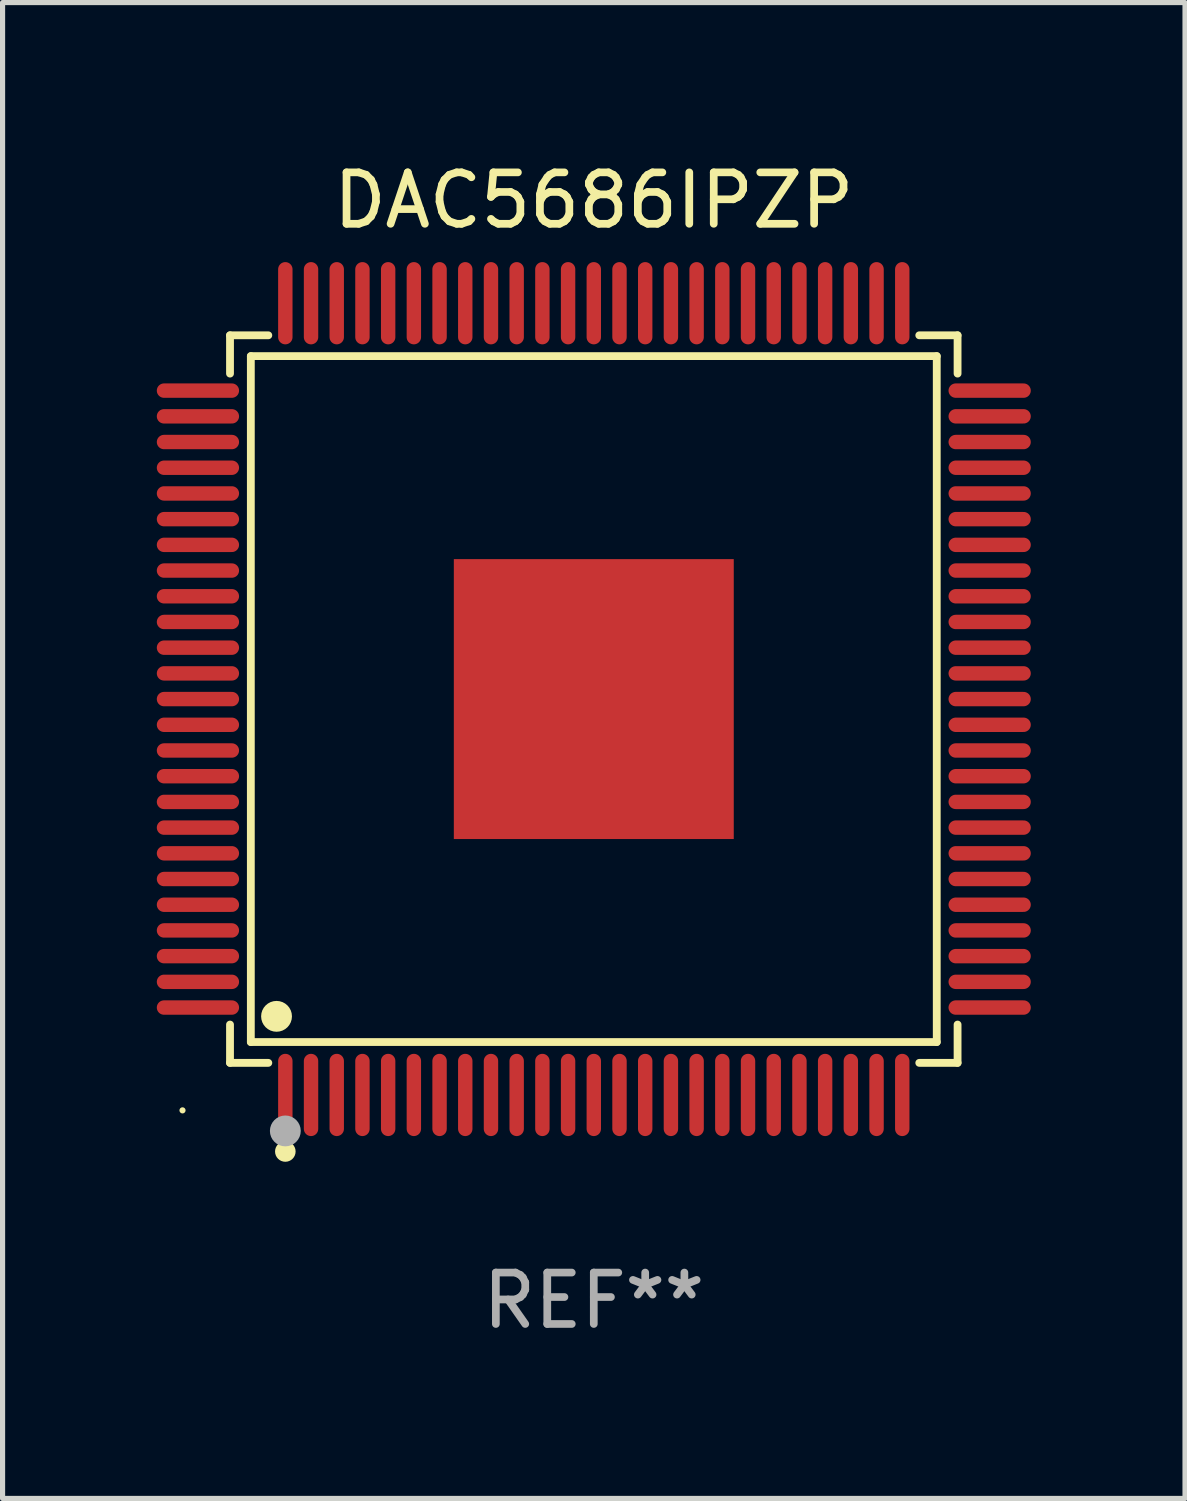
<source format=kicad_pcb>
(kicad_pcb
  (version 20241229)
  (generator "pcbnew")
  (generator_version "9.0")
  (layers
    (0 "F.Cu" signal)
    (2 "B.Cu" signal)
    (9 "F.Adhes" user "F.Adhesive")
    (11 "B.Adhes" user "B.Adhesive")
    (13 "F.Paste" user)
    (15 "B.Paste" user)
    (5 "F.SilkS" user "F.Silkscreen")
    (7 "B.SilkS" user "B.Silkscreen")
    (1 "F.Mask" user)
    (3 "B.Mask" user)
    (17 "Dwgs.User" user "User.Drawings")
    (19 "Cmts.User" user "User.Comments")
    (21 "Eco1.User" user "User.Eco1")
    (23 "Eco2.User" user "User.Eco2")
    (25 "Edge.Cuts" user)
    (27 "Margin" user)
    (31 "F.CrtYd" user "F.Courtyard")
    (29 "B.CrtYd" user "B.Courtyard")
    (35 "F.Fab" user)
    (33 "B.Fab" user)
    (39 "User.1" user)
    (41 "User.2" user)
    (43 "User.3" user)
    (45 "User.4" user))
  (footprint "DAC5686IPZP"
    (layer "F.Cu")
    (at 8.5 10.548)
    (property "Reference" "DAC5686IPZP" (at 0 -9.7 0) (layer "F.SilkS") (effects (font (size 1 1) (thickness 0.15))))
    (attr through_hole)
    (fp_line (start -7.076 -7.076) (end -6.331 -7.076) (stroke (width 0.152) (type solid)) (layer "F.SilkS"))
    (fp_line (start -7.076 -6.331) (end -7.076 -7.076) (stroke (width 0.152) (type solid)) (layer "F.SilkS"))
    (fp_line (start -7.076 6.331) (end -7.076 7.076) (stroke (width 0.152) (type solid)) (layer "F.SilkS"))
    (fp_line (start -7.076 7.076) (end -6.331 7.076) (stroke (width 0.152) (type solid)) (layer "F.SilkS"))
    (fp_line (start -6.671 -6.671) (end 6.671 -6.671) (stroke (width 0.152) (type solid)) (layer "F.SilkS"))
    (fp_line (start -6.671 6.671) (end -6.671 -6.671) (stroke (width 0.152) (type solid)) (layer "F.SilkS"))
    (fp_line (start 6.671 -6.671) (end 6.671 6.671) (stroke (width 0.152) (type solid)) (layer "F.SilkS"))
    (fp_line (start 6.671 6.671) (end -6.671 6.671) (stroke (width 0.152) (type solid)) (layer "F.SilkS"))
    (fp_line (start 7.076 -7.076) (end 6.331 -7.076) (stroke (width 0.152) (type solid)) (layer "F.SilkS"))
    (fp_line (start 7.076 -6.331) (end 7.076 -7.076) (stroke (width 0.152) (type solid)) (layer "F.SilkS"))
    (fp_line (start 7.076 6.331) (end 7.076 7.076) (stroke (width 0.152) (type solid)) (layer "F.SilkS"))
    (fp_line (start 7.076 7.076) (end 6.331 7.076) (stroke (width 0.152) (type solid)) (layer "F.SilkS"))
    (fp_circle (center -8 8) (end -7.97 8) (stroke (width 0.06) (type solid)) (fill no) (layer "F.SilkS"))
    (fp_circle (center -6.171 6.171) (end -6.021 6.171) (stroke (width 0.3) (type solid)) (fill no) (layer "F.SilkS"))
    (fp_circle (center -6 8.8) (end -5.9 8.8) (stroke (width 0.2) (type solid)) (fill no) (layer "F.SilkS"))
    (fp_circle (center -6 8.4) (end -5.85 8.4) (stroke (width 0.3) (type solid)) (fill no) (layer "F.Fab"))
    (fp_text user "REF**" (at 0 11.7 0) (layer "F.Fab") (effects (font (size 1 1) (thickness 0.15))))
    (pad "1" smd oval (at -6 7.7) (size 0.28 1.6) (layers "F.Cu" "F.Mask" "F.Paste"))
    (pad "2" smd oval (at -5.5 7.7) (size 0.28 1.6) (layers "F.Cu" "F.Mask" "F.Paste"))
    (pad "3" smd oval (at -5 7.7) (size 0.28 1.6) (layers "F.Cu" "F.Mask" "F.Paste"))
    (pad "4" smd oval (at -4.5 7.7) (size 0.28 1.6) (layers "F.Cu" "F.Mask" "F.Paste"))
    (pad "5" smd oval (at -4 7.7) (size 0.28 1.6) (layers "F.Cu" "F.Mask" "F.Paste"))
    (pad "6" smd oval (at -3.5 7.7) (size 0.28 1.6) (layers "F.Cu" "F.Mask" "F.Paste"))
    (pad "7" smd oval (at -3 7.7) (size 0.28 1.6) (layers "F.Cu" "F.Mask" "F.Paste"))
    (pad "8" smd oval (at -2.5 7.7) (size 0.28 1.6) (layers "F.Cu" "F.Mask" "F.Paste"))
    (pad "9" smd oval (at -2 7.7) (size 0.28 1.6) (layers "F.Cu" "F.Mask" "F.Paste"))
    (pad "10" smd oval (at -1.5 7.7) (size 0.28 1.6) (layers "F.Cu" "F.Mask" "F.Paste"))
    (pad "11" smd oval (at -1 7.7) (size 0.28 1.6) (layers "F.Cu" "F.Mask" "F.Paste"))
    (pad "12" smd oval (at -0.5 7.7) (size 0.28 1.6) (layers "F.Cu" "F.Mask" "F.Paste"))
    (pad "13" smd oval (at 0 7.7) (size 0.28 1.6) (layers "F.Cu" "F.Mask" "F.Paste"))
    (pad "14" smd oval (at 0.5 7.7) (size 0.28 1.6) (layers "F.Cu" "F.Mask" "F.Paste"))
    (pad "15" smd oval (at 1 7.7) (size 0.28 1.6) (layers "F.Cu" "F.Mask" "F.Paste"))
    (pad "16" smd oval (at 1.5 7.7) (size 0.28 1.6) (layers "F.Cu" "F.Mask" "F.Paste"))
    (pad "17" smd oval (at 2 7.7) (size 0.28 1.6) (layers "F.Cu" "F.Mask" "F.Paste"))
    (pad "18" smd oval (at 2.5 7.7) (size 0.28 1.6) (layers "F.Cu" "F.Mask" "F.Paste"))
    (pad "19" smd oval (at 3 7.7) (size 0.28 1.6) (layers "F.Cu" "F.Mask" "F.Paste"))
    (pad "20" smd oval (at 3.5 7.7) (size 0.28 1.6) (layers "F.Cu" "F.Mask" "F.Paste"))
    (pad "21" smd oval (at 4 7.7) (size 0.28 1.6) (layers "F.Cu" "F.Mask" "F.Paste"))
    (pad "22" smd oval (at 4.5 7.7) (size 0.28 1.6) (layers "F.Cu" "F.Mask" "F.Paste"))
    (pad "23" smd oval (at 5 7.7) (size 0.28 1.6) (layers "F.Cu" "F.Mask" "F.Paste"))
    (pad "24" smd oval (at 5.5 7.7) (size 0.28 1.6) (layers "F.Cu" "F.Mask" "F.Paste"))
    (pad "25" smd oval (at 6 7.7) (size 0.28 1.6) (layers "F.Cu" "F.Mask" "F.Paste"))
    (pad "26" smd oval (at 7.7 6) (size 1.6 0.28) (layers "F.Cu" "F.Mask" "F.Paste"))
    (pad "27" smd oval (at 7.7 5.5) (size 1.6 0.28) (layers "F.Cu" "F.Mask" "F.Paste"))
    (pad "28" smd oval (at 7.7 5) (size 1.6 0.28) (layers "F.Cu" "F.Mask" "F.Paste"))
    (pad "29" smd oval (at 7.7 4.5) (size 1.6 0.28) (layers "F.Cu" "F.Mask" "F.Paste"))
    (pad "30" smd oval (at 7.7 4) (size 1.6 0.28) (layers "F.Cu" "F.Mask" "F.Paste"))
    (pad "31" smd oval (at 7.7 3.5) (size 1.6 0.28) (layers "F.Cu" "F.Mask" "F.Paste"))
    (pad "32" smd oval (at 7.7 3) (size 1.6 0.28) (layers "F.Cu" "F.Mask" "F.Paste"))
    (pad "33" smd oval (at 7.7 2.5) (size 1.6 0.28) (layers "F.Cu" "F.Mask" "F.Paste"))
    (pad "34" smd oval (at 7.7 2) (size 1.6 0.28) (layers "F.Cu" "F.Mask" "F.Paste"))
    (pad "35" smd oval (at 7.7 1.5) (size 1.6 0.28) (layers "F.Cu" "F.Mask" "F.Paste"))
    (pad "36" smd oval (at 7.7 1) (size 1.6 0.28) (layers "F.Cu" "F.Mask" "F.Paste"))
    (pad "37" smd oval (at 7.7 0.5) (size 1.6 0.28) (layers "F.Cu" "F.Mask" "F.Paste"))
    (pad "38" smd oval (at 7.7 0) (size 1.6 0.28) (layers "F.Cu" "F.Mask" "F.Paste"))
    (pad "39" smd oval (at 7.7 -0.5) (size 1.6 0.28) (layers "F.Cu" "F.Mask" "F.Paste"))
    (pad "40" smd oval (at 7.7 -1) (size 1.6 0.28) (layers "F.Cu" "F.Mask" "F.Paste"))
    (pad "41" smd oval (at 7.7 -1.5) (size 1.6 0.28) (layers "F.Cu" "F.Mask" "F.Paste"))
    (pad "42" smd oval (at 7.7 -2) (size 1.6 0.28) (layers "F.Cu" "F.Mask" "F.Paste"))
    (pad "43" smd oval (at 7.7 -2.5) (size 1.6 0.28) (layers "F.Cu" "F.Mask" "F.Paste"))
    (pad "44" smd oval (at 7.7 -3) (size 1.6 0.28) (layers "F.Cu" "F.Mask" "F.Paste"))
    (pad "45" smd oval (at 7.7 -3.5) (size 1.6 0.28) (layers "F.Cu" "F.Mask" "F.Paste"))
    (pad "46" smd oval (at 7.7 -4) (size 1.6 0.28) (layers "F.Cu" "F.Mask" "F.Paste"))
    (pad "47" smd oval (at 7.7 -4.5) (size 1.6 0.28) (layers "F.Cu" "F.Mask" "F.Paste"))
    (pad "48" smd oval (at 7.7 -5) (size 1.6 0.28) (layers "F.Cu" "F.Mask" "F.Paste"))
    (pad "49" smd oval (at 7.7 -5.5) (size 1.6 0.28) (layers "F.Cu" "F.Mask" "F.Paste"))
    (pad "50" smd oval (at 7.7 -6) (size 1.6 0.28) (layers "F.Cu" "F.Mask" "F.Paste"))
    (pad "51" smd oval (at 6 -7.7) (size 0.28 1.6) (layers "F.Cu" "F.Mask" "F.Paste"))
    (pad "52" smd oval (at 5.5 -7.7) (size 0.28 1.6) (layers "F.Cu" "F.Mask" "F.Paste"))
    (pad "53" smd oval (at 5 -7.7) (size 0.28 1.6) (layers "F.Cu" "F.Mask" "F.Paste"))
    (pad "54" smd oval (at 4.5 -7.7) (size 0.28 1.6) (layers "F.Cu" "F.Mask" "F.Paste"))
    (pad "55" smd oval (at 4 -7.7) (size 0.28 1.6) (layers "F.Cu" "F.Mask" "F.Paste"))
    (pad "56" smd oval (at 3.5 -7.7) (size 0.28 1.6) (layers "F.Cu" "F.Mask" "F.Paste"))
    (pad "57" smd oval (at 3 -7.7) (size 0.28 1.6) (layers "F.Cu" "F.Mask" "F.Paste"))
    (pad "58" smd oval (at 2.5 -7.7) (size 0.28 1.6) (layers "F.Cu" "F.Mask" "F.Paste"))
    (pad "59" smd oval (at 2 -7.7) (size 0.28 1.6) (layers "F.Cu" "F.Mask" "F.Paste"))
    (pad "60" smd oval (at 1.5 -7.7) (size 0.28 1.6) (layers "F.Cu" "F.Mask" "F.Paste"))
    (pad "61" smd oval (at 1 -7.7) (size 0.28 1.6) (layers "F.Cu" "F.Mask" "F.Paste"))
    (pad "62" smd oval (at 0.5 -7.7) (size 0.28 1.6) (layers "F.Cu" "F.Mask" "F.Paste"))
    (pad "63" smd oval (at 0 -7.7) (size 0.28 1.6) (layers "F.Cu" "F.Mask" "F.Paste"))
    (pad "64" smd oval (at -0.5 -7.7) (size 0.28 1.6) (layers "F.Cu" "F.Mask" "F.Paste"))
    (pad "65" smd oval (at -1 -7.7) (size 0.28 1.6) (layers "F.Cu" "F.Mask" "F.Paste"))
    (pad "66" smd oval (at -1.5 -7.7) (size 0.28 1.6) (layers "F.Cu" "F.Mask" "F.Paste"))
    (pad "67" smd oval (at -2 -7.7) (size 0.28 1.6) (layers "F.Cu" "F.Mask" "F.Paste"))
    (pad "68" smd oval (at -2.5 -7.7) (size 0.28 1.6) (layers "F.Cu" "F.Mask" "F.Paste"))
    (pad "69" smd oval (at -3 -7.7) (size 0.28 1.6) (layers "F.Cu" "F.Mask" "F.Paste"))
    (pad "70" smd oval (at -3.5 -7.7) (size 0.28 1.6) (layers "F.Cu" "F.Mask" "F.Paste"))
    (pad "71" smd oval (at -4 -7.7) (size 0.28 1.6) (layers "F.Cu" "F.Mask" "F.Paste"))
    (pad "72" smd oval (at -4.5 -7.7) (size 0.28 1.6) (layers "F.Cu" "F.Mask" "F.Paste"))
    (pad "73" smd oval (at -5 -7.7) (size 0.28 1.6) (layers "F.Cu" "F.Mask" "F.Paste"))
    (pad "74" smd oval (at -5.5 -7.7) (size 0.28 1.6) (layers "F.Cu" "F.Mask" "F.Paste"))
    (pad "75" smd oval (at -6 -7.7) (size 0.28 1.6) (layers "F.Cu" "F.Mask" "F.Paste"))
    (pad "76" smd oval (at -7.7 -6) (size 1.6 0.28) (layers "F.Cu" "F.Mask" "F.Paste"))
    (pad "77" smd oval (at -7.7 -5.5) (size 1.6 0.28) (layers "F.Cu" "F.Mask" "F.Paste"))
    (pad "78" smd oval (at -7.7 -5) (size 1.6 0.28) (layers "F.Cu" "F.Mask" "F.Paste"))
    (pad "79" smd oval (at -7.7 -4.5) (size 1.6 0.28) (layers "F.Cu" "F.Mask" "F.Paste"))
    (pad "80" smd oval (at -7.7 -4) (size 1.6 0.28) (layers "F.Cu" "F.Mask" "F.Paste"))
    (pad "81" smd oval (at -7.7 -3.5) (size 1.6 0.28) (layers "F.Cu" "F.Mask" "F.Paste"))
    (pad "82" smd oval (at -7.7 -3) (size 1.6 0.28) (layers "F.Cu" "F.Mask" "F.Paste"))
    (pad "83" smd oval (at -7.7 -2.5) (size 1.6 0.28) (layers "F.Cu" "F.Mask" "F.Paste"))
    (pad "84" smd oval (at -7.7 -2) (size 1.6 0.28) (layers "F.Cu" "F.Mask" "F.Paste"))
    (pad "85" smd oval (at -7.7 -1.5) (size 1.6 0.28) (layers "F.Cu" "F.Mask" "F.Paste"))
    (pad "86" smd oval (at -7.7 -1) (size 1.6 0.28) (layers "F.Cu" "F.Mask" "F.Paste"))
    (pad "87" smd oval (at -7.7 -0.5) (size 1.6 0.28) (layers "F.Cu" "F.Mask" "F.Paste"))
    (pad "88" smd oval (at -7.7 0) (size 1.6 0.28) (layers "F.Cu" "F.Mask" "F.Paste"))
    (pad "89" smd oval (at -7.7 0.5) (size 1.6 0.28) (layers "F.Cu" "F.Mask" "F.Paste"))
    (pad "90" smd oval (at -7.7 1) (size 1.6 0.28) (layers "F.Cu" "F.Mask" "F.Paste"))
    (pad "91" smd oval (at -7.7 1.5) (size 1.6 0.28) (layers "F.Cu" "F.Mask" "F.Paste"))
    (pad "92" smd oval (at -7.7 2) (size 1.6 0.28) (layers "F.Cu" "F.Mask" "F.Paste"))
    (pad "93" smd oval (at -7.7 2.5) (size 1.6 0.28) (layers "F.Cu" "F.Mask" "F.Paste"))
    (pad "94" smd oval (at -7.7 3) (size 1.6 0.28) (layers "F.Cu" "F.Mask" "F.Paste"))
    (pad "95" smd oval (at -7.7 3.5) (size 1.6 0.28) (layers "F.Cu" "F.Mask" "F.Paste"))
    (pad "96" smd oval (at -7.7 4) (size 1.6 0.28) (layers "F.Cu" "F.Mask" "F.Paste"))
    (pad "97" smd oval (at -7.7 4.5) (size 1.6 0.28) (layers "F.Cu" "F.Mask" "F.Paste"))
    (pad "98" smd oval (at -7.7 5) (size 1.6 0.28) (layers "F.Cu" "F.Mask" "F.Paste"))
    (pad "99" smd oval (at -7.7 5.5) (size 1.6 0.28) (layers "F.Cu" "F.Mask" "F.Paste"))
    (pad "100" smd oval (at -7.7 6) (size 1.6 0.28) (layers "F.Cu" "F.Mask" "F.Paste"))
    (pad "101" smd rect (at 0 0) (size 5.445 5.445) (layers "F.Cu" "F.Mask" "F.Paste")))
  (gr_rect
    (start -3 -3)
    (end 20 26.097)
    (stroke (width 0.1) (type default))
    (fill no)
    (layer "Edge.Cuts")))
</source>
